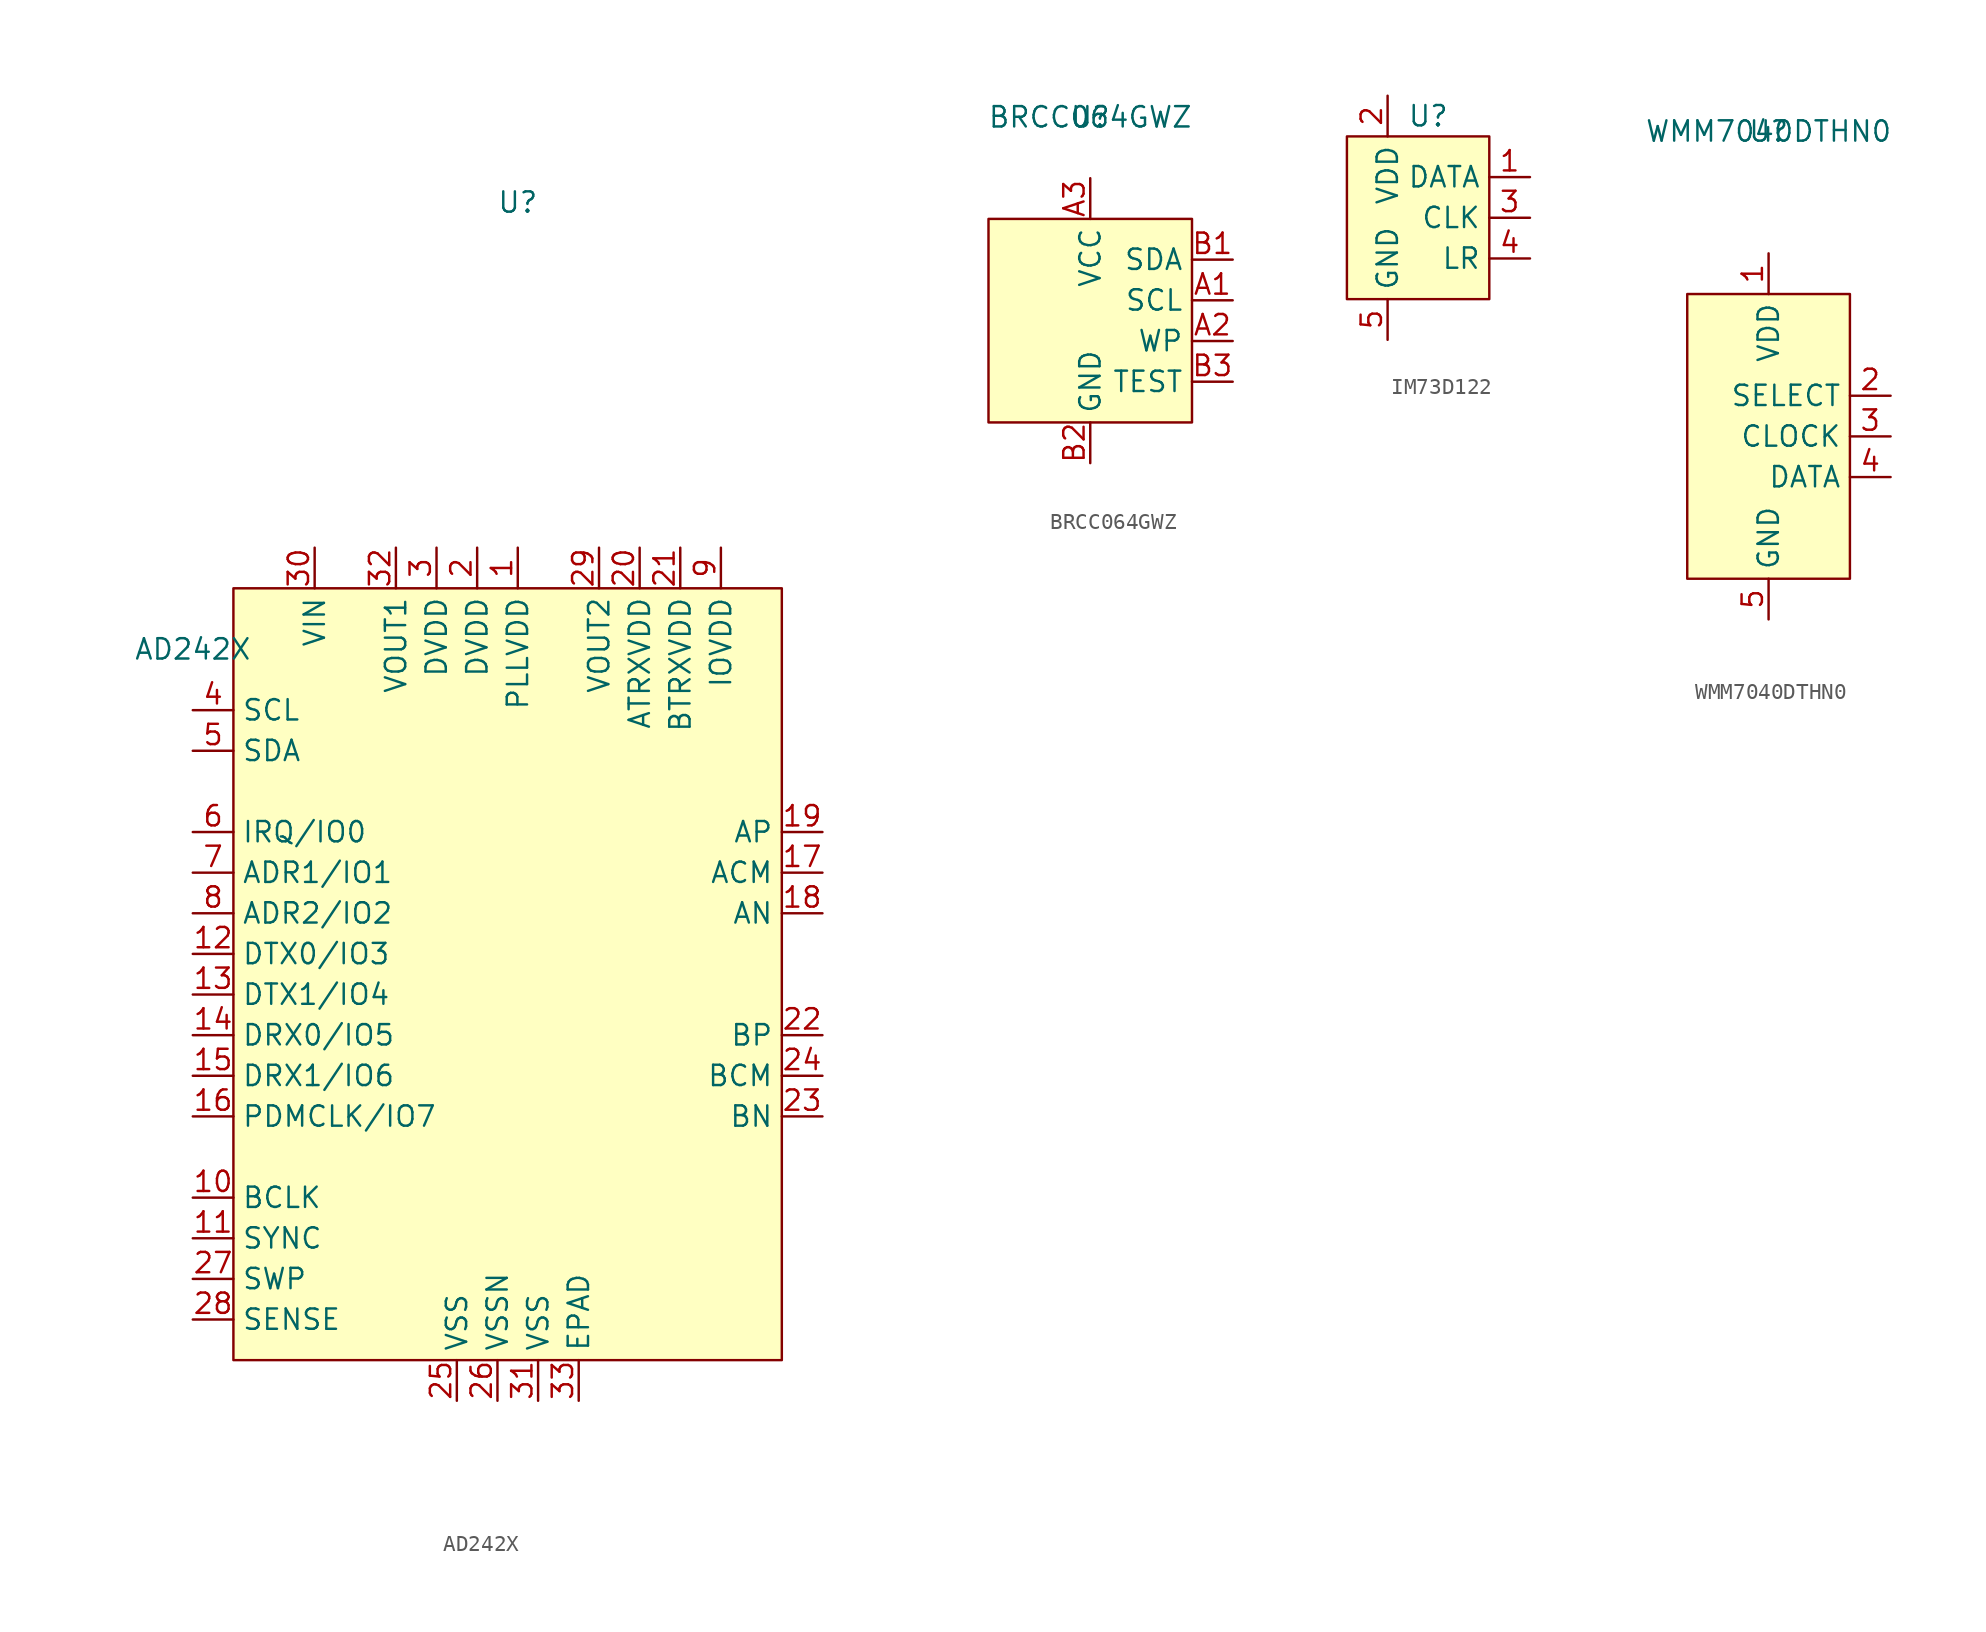
<source format=kicad_sym>
(kicad_symbol_lib
  (version 20231120)
  (generator "kicad_symbol_editor")
  (generator_version "8.0")
  (symbol "AD242X"
    (property "Reference" "U"
      (at 0 0 0)
      (effects (font (size 1.27 1.27))))
    (property "Value" "AD242X"
      (at -20.32 -27.94 0)
      (effects (font (size 1.27 1.27))))
    (symbol "AD242X_0_0"
      (pin unspecified line (at 0 -21.59 270) (length 2.54) (name "PLLVDD" (effects (font (size 1.27 1.27)))) (number "1" (effects (font (size 1.27 1.27)))))
      (pin unspecified line (at -20.32 -62.23 0) (length 2.54) (name "BCLK" (effects (font (size 1.27 1.27)))) (number "10" (effects (font (size 1.27 1.27)))))
      (pin unspecified line (at -20.32 -64.77 0) (length 2.54) (name "SYNC" (effects (font (size 1.27 1.27)))) (number "11" (effects (font (size 1.27 1.27)))))
      (pin unspecified line (at -20.32 -46.99 0) (length 2.54) (name "DTX0/IO3" (effects (font (size 1.27 1.27)))) (number "12" (effects (font (size 1.27 1.27)))))
      (pin unspecified line (at -20.32 -49.53 0) (length 2.54) (name "DTX1/IO4" (effects (font (size 1.27 1.27)))) (number "13" (effects (font (size 1.27 1.27)))))
      (pin unspecified line (at -20.32 -52.07 0) (length 2.54) (name "DRX0/IO5" (effects (font (size 1.27 1.27)))) (number "14" (effects (font (size 1.27 1.27)))))
      (pin unspecified line (at -20.32 -54.61 0) (length 2.54) (name "DRX1/IO6" (effects (font (size 1.27 1.27)))) (number "15" (effects (font (size 1.27 1.27)))))
      (pin unspecified line (at -20.32 -57.15 0) (length 2.54) (name "PDMCLK/IO7" (effects (font (size 1.27 1.27)))) (number "16" (effects (font (size 1.27 1.27)))))
      (pin unspecified line (at 19.05 -41.91 180) (length 2.54) (name "ACM" (effects (font (size 1.27 1.27)))) (number "17" (effects (font (size 1.27 1.27)))))
      (pin unspecified line (at 19.05 -44.45 180) (length 2.54) (name "AN" (effects (font (size 1.27 1.27)))) (number "18" (effects (font (size 1.27 1.27)))))
      (pin unspecified line (at 19.05 -39.37 180) (length 2.54) (name "AP" (effects (font (size 1.27 1.27)))) (number "19" (effects (font (size 1.27 1.27)))))
      (pin unspecified line (at -2.54 -21.59 270) (length 2.54) (name "DVDD" (effects (font (size 1.27 1.27)))) (number "2" (effects (font (size 1.27 1.27)))))
      (pin unspecified line (at 7.62 -21.59 270) (length 2.54) (name "ATRXVDD" (effects (font (size 1.27 1.27)))) (number "20" (effects (font (size 1.27 1.27)))))
      (pin unspecified line (at 10.16 -21.59 270) (length 2.54) (name "BTRXVDD" (effects (font (size 1.27 1.27)))) (number "21" (effects (font (size 1.27 1.27)))))
      (pin unspecified line (at 19.05 -52.07 180) (length 2.54) (name "BP" (effects (font (size 1.27 1.27)))) (number "22" (effects (font (size 1.27 1.27)))))
      (pin unspecified line (at 19.05 -57.15 180) (length 2.54) (name "BN" (effects (font (size 1.27 1.27)))) (number "23" (effects (font (size 1.27 1.27)))))
      (pin unspecified line (at 19.05 -54.61 180) (length 2.54) (name "BCM" (effects (font (size 1.27 1.27)))) (number "24" (effects (font (size 1.27 1.27)))))
      (pin unspecified line (at -3.81 -74.93 90) (length 2.54) (name "VSS" (effects (font (size 1.27 1.27)))) (number "25" (effects (font (size 1.27 1.27)))))
      (pin unspecified line (at -1.27 -74.93 90) (length 2.54) (name "VSSN" (effects (font (size 1.27 1.27)))) (number "26" (effects (font (size 1.27 1.27)))))
      (pin unspecified line (at -20.32 -67.31 0) (length 2.54) (name "SWP" (effects (font (size 1.27 1.27)))) (number "27" (effects (font (size 1.27 1.27)))))
      (pin unspecified line (at -20.32 -69.85 0) (length 2.54) (name "SENSE" (effects (font (size 1.27 1.27)))) (number "28" (effects (font (size 1.27 1.27)))))
      (pin unspecified line (at 5.08 -21.59 270) (length 2.54) (name "VOUT2" (effects (font (size 1.27 1.27)))) (number "29" (effects (font (size 1.27 1.27)))))
      (pin unspecified line (at -5.08 -21.59 270) (length 2.54) (name "DVDD" (effects (font (size 1.27 1.27)))) (number "3" (effects (font (size 1.27 1.27)))))
      (pin unspecified line (at -12.7 -21.59 270) (length 2.54) (name "VIN" (effects (font (size 1.27 1.27)))) (number "30" (effects (font (size 1.27 1.27)))))
      (pin unspecified line (at 1.27 -74.93 90) (length 2.54) (name "VSS" (effects (font (size 1.27 1.27)))) (number "31" (effects (font (size 1.27 1.27)))))
      (pin unspecified line (at -7.62 -21.59 270) (length 2.54) (name "VOUT1" (effects (font (size 1.27 1.27)))) (number "32" (effects (font (size 1.27 1.27)))))
      (pin unspecified line (at 3.81 -74.93 90) (length 2.54) (name "EPAD" (effects (font (size 1.27 1.27)))) (number "33" (effects (font (size 1.27 1.27)))))
      (pin unspecified line (at -20.32 -31.75 0) (length 2.54) (name "SCL" (effects (font (size 1.27 1.27)))) (number "4" (effects (font (size 1.27 1.27)))))
      (pin unspecified line (at -20.32 -34.29 0) (length 2.54) (name "SDA" (effects (font (size 1.27 1.27)))) (number "5" (effects (font (size 1.27 1.27)))))
      (pin unspecified line (at -20.32 -39.37 0) (length 2.54) (name "IRQ/IO0" (effects (font (size 1.27 1.27)))) (number "6" (effects (font (size 1.27 1.27)))))
      (pin unspecified line (at -20.32 -41.91 0) (length 2.54) (name "ADR1/IO1" (effects (font (size 1.27 1.27)))) (number "7" (effects (font (size 1.27 1.27)))))
      (pin unspecified line (at -20.32 -44.45 0) (length 2.54) (name "ADR2/IO2" (effects (font (size 1.27 1.27)))) (number "8" (effects (font (size 1.27 1.27)))))
      (pin unspecified line (at 12.7 -21.59 270) (length 2.54) (name "IOVDD" (effects (font (size 1.27 1.27)))) (number "9" (effects (font (size 1.27 1.27))))))
    (symbol "AD242X_1_1"
      (rectangle (start -17.78 -24.13) (end 16.51 -72.39) (stroke (width 0) (type default)) (fill (type background)))))
  (symbol "BRCC064GWZ"
    (property "Reference" "U"
      (at 0 0 0)
      (effects (font (size 1.27 1.27))))
    (property "Value" "BRCC064GWZ"
      (at 0 0 0)
      (effects (font (size 1.27 1.27))))
    (symbol "BRCC064GWZ_0_0"
      (pin unspecified line (at 8.89 -11.43 180) (length 2.54) (name "SCL" (effects (font (size 1.27 1.27)))) (number "A1" (effects (font (size 1.27 1.27)))))
      (pin unspecified line (at 8.89 -13.97 180) (length 2.54) (name "WP" (effects (font (size 1.27 1.27)))) (number "A2" (effects (font (size 1.27 1.27)))))
      (pin unspecified line (at 0 -3.81 270) (length 2.54) (name "VCC" (effects (font (size 1.27 1.27)))) (number "A3" (effects (font (size 1.27 1.27)))))
      (pin unspecified line (at 8.89 -8.89 180) (length 2.54) (name "SDA" (effects (font (size 1.27 1.27)))) (number "B1" (effects (font (size 1.27 1.27)))))
      (pin unspecified line (at 0 -21.59 90) (length 2.54) (name "GND" (effects (font (size 1.27 1.27)))) (number "B2" (effects (font (size 1.27 1.27)))))
      (pin unspecified line (at 8.89 -16.51 180) (length 2.54) (name "TEST" (effects (font (size 1.27 1.27)))) (number "B3" (effects (font (size 1.27 1.27))))))
    (symbol "BRCC064GWZ_1_1"
      (rectangle (start -6.35 -6.35) (end 6.35 -19.05) (stroke (width 0) (type default)) (fill (type background)))))
  (symbol "IM73D122"
    (property "Reference" "U"
      (at 0 0 0)
      (effects (font (size 1.27 1.27))))
    (property "Value" ""
      (at 0 0 0)
      (effects (font (size 1.27 1.27))))
    (symbol "IM73D122_0_0"
      (pin unspecified line (at 6.35 -3.81 180) (length 2.54) (name "DATA" (effects (font (size 1.27 1.27)))) (number "1" (effects (font (size 1.27 1.27)))))
      (pin unspecified line (at -2.54 1.27 270) (length 2.54) (name "VDD" (effects (font (size 1.27 1.27)))) (number "2" (effects (font (size 1.27 1.27)))))
      (pin unspecified line (at 6.35 -6.35 180) (length 2.54) (name "CLK" (effects (font (size 1.27 1.27)))) (number "3" (effects (font (size 1.27 1.27)))))
      (pin unspecified line (at 6.35 -8.89 180) (length 2.54) (name "LR" (effects (font (size 1.27 1.27)))) (number "4" (effects (font (size 1.27 1.27)))))
      (pin unspecified line (at -2.54 -13.97 90) (length 2.54) (name "GND" (effects (font (size 1.27 1.27)))) (number "5" (effects (font (size 1.27 1.27))))))
    (symbol "IM73D122_1_1"
      (rectangle (start -5.08 -1.27) (end 3.81 -11.43) (stroke (width 0) (type default)) (fill (type background)))))
  (symbol "WMM7040DTHN0"
    (property "Reference" "U"
      (at 0 0 0)
      (effects (font (size 1.27 1.27))))
    (property "Value" "WMM7040DTHN0"
      (at 0 0 0)
      (effects (font (size 1.27 1.27))))
    (symbol "WMM7040DTHN0_0_0"
      (pin unspecified line (at 0 -7.62 270) (length 2.54) (name "VDD" (effects (font (size 1.27 1.27)))) (number "1" (effects (font (size 1.27 1.27)))))
      (pin unspecified line (at 7.62 -16.51 180) (length 2.54) (name "SELECT" (effects (font (size 1.27 1.27)))) (number "2" (effects (font (size 1.27 1.27)))))
      (pin unspecified line (at 7.62 -19.05 180) (length 2.54) (name "CLOCK" (effects (font (size 1.27 1.27)))) (number "3" (effects (font (size 1.27 1.27)))))
      (pin unspecified line (at 7.62 -21.59 180) (length 2.54) (name "DATA" (effects (font (size 1.27 1.27)))) (number "4" (effects (font (size 1.27 1.27)))))
      (pin unspecified line (at 0 -30.48 90) (length 2.54) (name "GND" (effects (font (size 1.27 1.27)))) (number "5" (effects (font (size 1.27 1.27))))))
    (symbol "WMM7040DTHN0_1_0"
      (pin unspecified line (at 0 -30.48 90) (length 2.54) hide (name "GND" (effects (font (size 1.27 1.27)))) (number "6" (effects (font (size 1.27 1.27)))))
      (pin unspecified line (at 0 -30.48 90) (length 2.54) hide (name "GND" (effects (font (size 1.27 1.27)))) (number "7" (effects (font (size 1.27 1.27)))))
      (pin unspecified line (at 0 -30.48 90) (length 2.54) hide (name "GND" (effects (font (size 1.27 1.27)))) (number "8" (effects (font (size 1.27 1.27))))))
    (symbol "WMM7040DTHN0_1_1"
      (rectangle (start -5.08 -10.16) (end 5.08 -27.94) (stroke (width 0) (type default)) (fill (type background))))))
</source>
